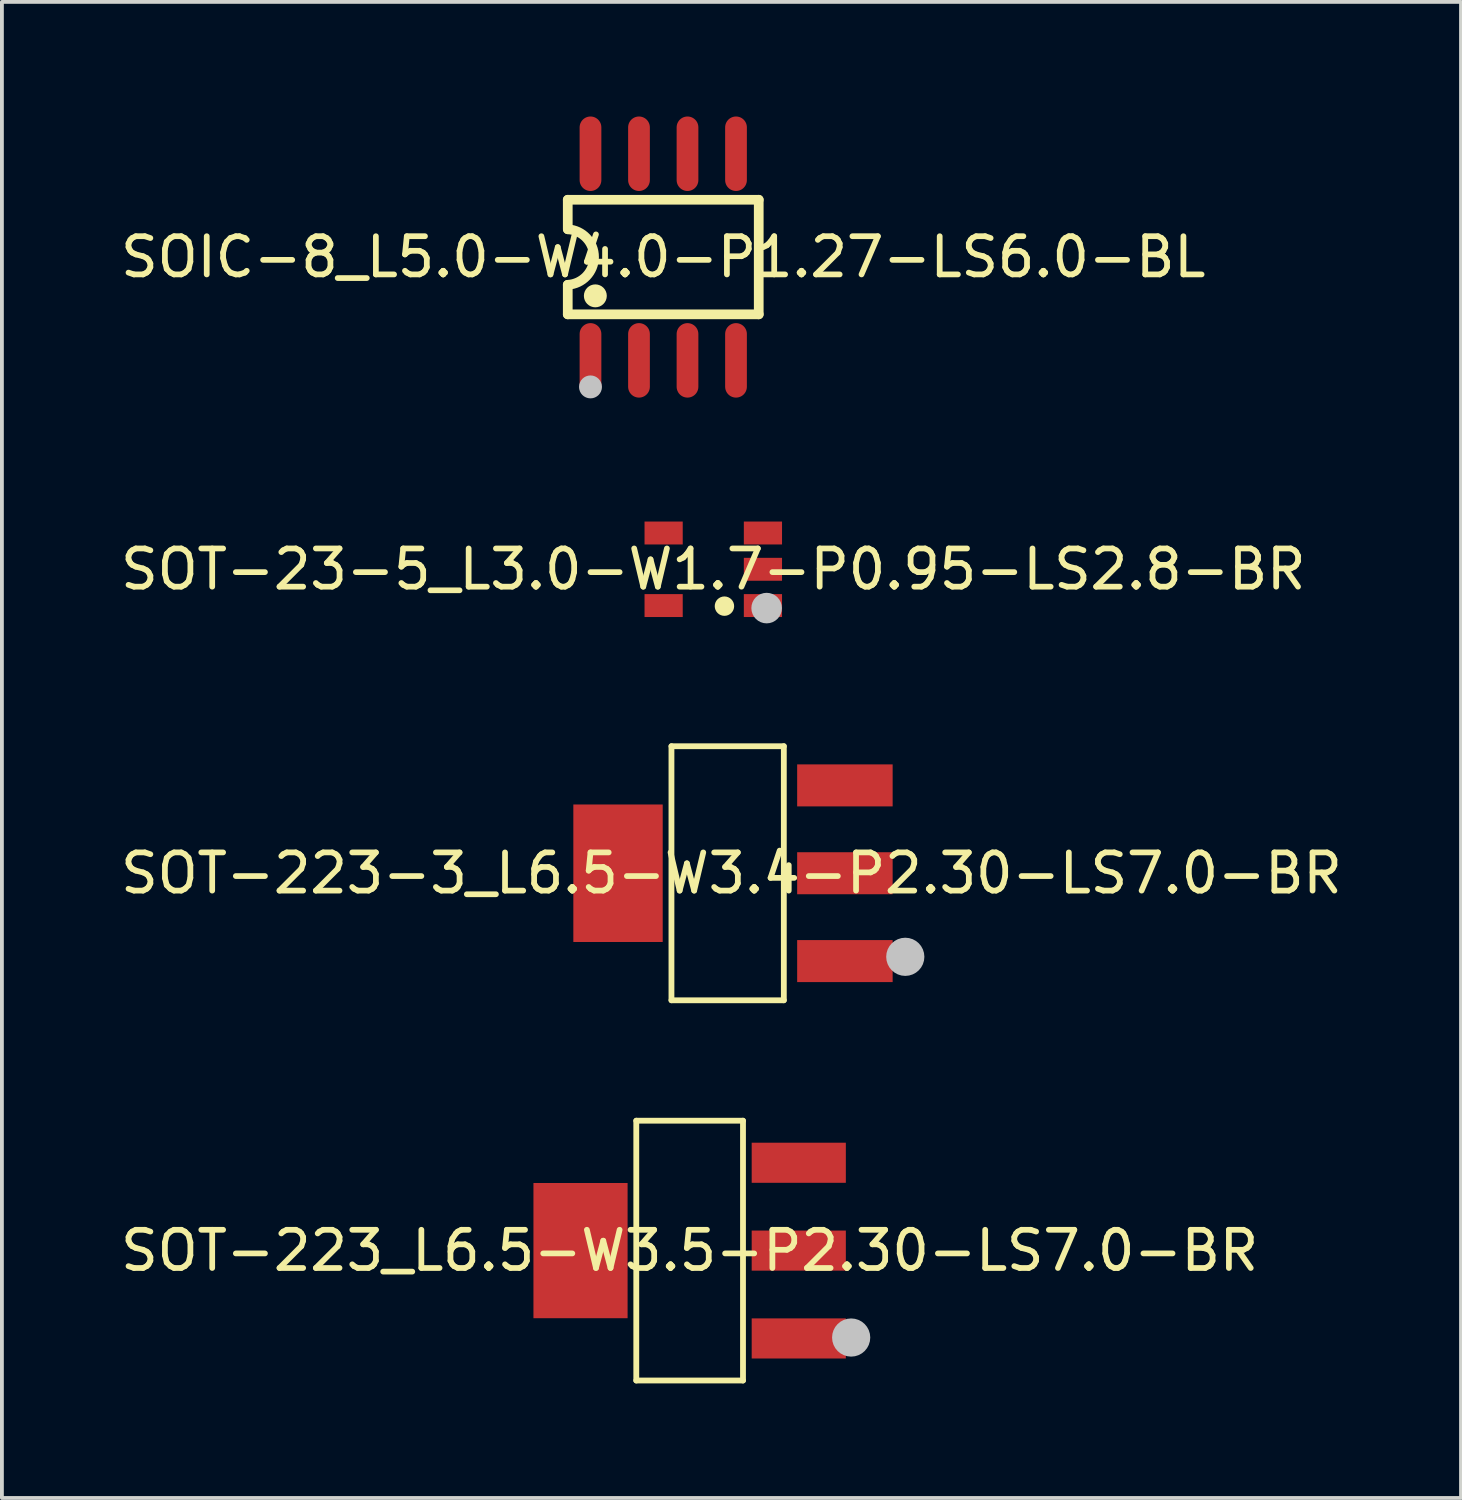
<source format=kicad_pcb>
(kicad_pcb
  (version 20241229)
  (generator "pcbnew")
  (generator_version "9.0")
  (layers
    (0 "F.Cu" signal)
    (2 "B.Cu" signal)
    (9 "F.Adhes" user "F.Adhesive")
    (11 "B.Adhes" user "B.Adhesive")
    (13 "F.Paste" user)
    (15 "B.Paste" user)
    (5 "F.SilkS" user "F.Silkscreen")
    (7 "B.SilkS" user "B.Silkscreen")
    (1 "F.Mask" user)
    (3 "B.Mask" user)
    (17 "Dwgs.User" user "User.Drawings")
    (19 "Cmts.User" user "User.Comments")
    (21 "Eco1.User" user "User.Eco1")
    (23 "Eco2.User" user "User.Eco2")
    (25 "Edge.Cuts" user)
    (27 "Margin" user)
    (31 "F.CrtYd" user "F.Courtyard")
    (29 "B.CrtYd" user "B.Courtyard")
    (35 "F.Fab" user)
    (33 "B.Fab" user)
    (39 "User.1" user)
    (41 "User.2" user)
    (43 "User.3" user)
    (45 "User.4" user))
  (footprint "SOT-23-5_L3.0-W1.7-P0.95-LS2.8-BR"
    (layer "F.Cu")
    (at 15.625 11.855)
    (property "Reference" "SOT-23-5_L3.0-W1.7-P0.95-LS2.8-BR" (at 0 0 0) (layer "F.SilkS") (effects (font (size 1 1) (thickness 0.15))))
    (fp_circle (center 0.292 0.965) (end 0.419 0.965) (stroke (width 0.254) (type default)) (fill no) (layer "F.SilkS"))
    (fp_circle (center 1.397 1.016) (end 1.597 1.016) (stroke (width 0.4) (type default)) (fill no) (layer "Dwgs.User"))
    (fp_poly (pts (xy -1.4 -0.75) (xy -1.4 -1.15) (xy -0.95 -1.15) (xy -0.95 -0.75)) (stroke (width 0.1) (type default)) (fill no) (layer "User.1"))
    (fp_poly (pts (xy -1.4 1.15) (xy -1.4 0.75) (xy -0.95 0.75) (xy -0.95 1.15)) (stroke (width 0.1) (type default)) (fill no) (layer "User.1"))
    (fp_poly (pts (xy -0.96 -0.75) (xy -0.96 -1.15) (xy -0.79 -1.15) (xy -0.79 -0.75)) (stroke (width 0.1) (type default)) (fill no) (layer "User.1"))
    (fp_poly (pts (xy -0.96 1.15) (xy -0.96 0.75) (xy -0.79 0.75) (xy -0.79 1.15)) (stroke (width 0.1) (type default)) (fill no) (layer "User.1"))
    (fp_poly (pts (xy 0.79 -0.75) (xy 0.79 -1.15) (xy 0.96 -1.15) (xy 0.96 -0.75)) (stroke (width 0.1) (type default)) (fill no) (layer "User.1"))
    (fp_poly (pts (xy 0.79 0.2) (xy 0.79 -0.2) (xy 0.96 -0.2) (xy 0.96 0.2)) (stroke (width 0.1) (type default)) (fill no) (layer "User.1"))
    (fp_poly (pts (xy 0.79 1.15) (xy 0.79 0.75) (xy 0.96 0.75) (xy 0.96 1.15)) (stroke (width 0.1) (type default)) (fill no) (layer "User.1"))
    (fp_poly (pts (xy 0.95 -0.75) (xy 0.95 -1.15) (xy 1.4 -1.15) (xy 1.4 -0.75)) (stroke (width 0.1) (type default)) (fill no) (layer "User.1"))
    (fp_poly (pts (xy 0.95 0.2) (xy 0.95 -0.2) (xy 1.4 -0.2) (xy 1.4 0.2)) (stroke (width 0.1) (type default)) (fill no) (layer "User.1"))
    (fp_poly (pts (xy 0.95 1.15) (xy 0.95 0.75) (xy 1.4 0.75) (xy 1.4 1.15)) (stroke (width 0.1) (type default)) (fill no) (layer "User.1"))
    (fp_line (start -0.8 -1.45) (end 0.8 -1.45) (stroke (width 0.051) (type default)) (layer "User.2"))
    (fp_line (start -0.8 1.45) (end -0.8 -1.45) (stroke (width 0.051) (type default)) (layer "User.2"))
    (fp_line (start 0.8 -1.45) (end 0.8 1.45) (stroke (width 0.051) (type default)) (layer "User.2"))
    (fp_line (start 0.8 1.45) (end -0.8 1.45) (stroke (width 0.051) (type default)) (layer "User.2"))
    (fp_poly (pts (xy 1.455 1.427) (xy 1.423 1.395) (xy 1.377 1.395) (xy 1.345 1.427) (xy 1.345 1.473) (xy 1.377 1.505) (xy 1.423 1.505) (xy 1.455 1.473)) (stroke (width 0.1) (type default)) (fill no) (layer "User.3"))
    (pad "1" smd rect (at 1.3 0.95) (size 1 0.6) (layers "F.Cu" "F.Mask" "F.Paste"))
    (pad "2" smd rect (at 1.3 0) (size 1 0.6) (layers "F.Cu" "F.Mask" "F.Paste"))
    (pad "3" smd rect (at 1.3 -0.95) (size 1 0.6) (layers "F.Cu" "F.Mask" "F.Paste"))
    (pad "4" smd rect (at -1.3 -0.95) (size 1 0.6) (layers "F.Cu" "F.Mask" "F.Paste"))
    (pad "5" smd rect (at -1.3 0.95) (size 1 0.6) (layers "F.Cu" "F.Mask" "F.Paste")))
  (footprint "SOIC-8_L5.0-W4.0-P1.27-LS6.0-BL"
    (layer "F.Cu")
    (at 14.315 3.68)
    (property "Reference" "SOIC-8_L5.0-W4.0-P1.27-LS6.0-BL" (at 0 0 0) (layer "F.SilkS") (effects (font (size 1 1) (thickness 0.15))))
    (fp_line (start -2.5 -1.5) (end -2.5 -0.727) (stroke (width 0.254) (type default)) (layer "F.SilkS"))
    (fp_line (start -2.5 -1.5) (end 2.5 -1.5) (stroke (width 0.254) (type default)) (layer "F.SilkS"))
    (fp_line (start -2.5 1.5) (end -2.5 0.727) (stroke (width 0.254) (type default)) (layer "F.SilkS"))
    (fp_line (start -2.5 1.5) (end 2.5 1.5) (stroke (width 0.254) (type default)) (layer "F.SilkS"))
    (fp_line (start 2.5 -1.5) (end 2.5 1.5) (stroke (width 0.254) (type default)) (layer "F.SilkS"))
    (fp_arc (start -2.495 -0.7265) (mid -1.812112 0.002496) (end -2.5 0.7265) (stroke (width 0.254) (type default)) (layer "F.SilkS"))
    (fp_circle (center -1.778 1.016) (end -1.628 1.016) (stroke (width 0.3) (type default)) (fill no) (layer "F.SilkS"))
    (fp_circle (center -1.905 3.4) (end -1.755 3.4) (stroke (width 0.3) (type default)) (fill no) (layer "Dwgs.User"))
    (fp_poly (pts (xy -2.11 -2.165) (xy -2.11 -3) (xy -1.7 -3) (xy -1.7 -2.165)) (stroke (width 0.1) (type default)) (fill no) (layer "User.1"))
    (fp_poly (pts (xy -2.11 -1.94) (xy -2.11 -2.175) (xy -1.7 -2.175) (xy -1.7 -1.94)) (stroke (width 0.1) (type default)) (fill no) (layer "User.1"))
    (fp_poly (pts (xy -2.11 2.175) (xy -2.11 1.94) (xy -1.7 1.94) (xy -1.7 2.175)) (stroke (width 0.1) (type default)) (fill no) (layer "User.1"))
    (fp_poly (pts (xy -2.11 3) (xy -2.11 2.165) (xy -1.7 2.165) (xy -1.7 3)) (stroke (width 0.1) (type default)) (fill no) (layer "User.1"))
    (fp_poly (pts (xy -0.84 -2.165) (xy -0.84 -3) (xy -0.43 -3) (xy -0.43 -2.165)) (stroke (width 0.1) (type default)) (fill no) (layer "User.1"))
    (fp_poly (pts (xy -0.84 -1.94) (xy -0.84 -2.175) (xy -0.43 -2.175) (xy -0.43 -1.94)) (stroke (width 0.1) (type default)) (fill no) (layer "User.1"))
    (fp_poly (pts (xy -0.84 2.175) (xy -0.84 1.94) (xy -0.43 1.94) (xy -0.43 2.175)) (stroke (width 0.1) (type default)) (fill no) (layer "User.1"))
    (fp_poly (pts (xy -0.84 3) (xy -0.84 2.165) (xy -0.43 2.165) (xy -0.43 3)) (stroke (width 0.1) (type default)) (fill no) (layer "User.1"))
    (fp_poly (pts (xy 0.43 -2.165) (xy 0.43 -3) (xy 0.84 -3) (xy 0.84 -2.165)) (stroke (width 0.1) (type default)) (fill no) (layer "User.1"))
    (fp_poly (pts (xy 0.43 -1.94) (xy 0.43 -2.175) (xy 0.84 -2.175) (xy 0.84 -1.94)) (stroke (width 0.1) (type default)) (fill no) (layer "User.1"))
    (fp_poly (pts (xy 0.43 2.175) (xy 0.43 1.94) (xy 0.84 1.94) (xy 0.84 2.175)) (stroke (width 0.1) (type default)) (fill no) (layer "User.1"))
    (fp_poly (pts (xy 0.43 3) (xy 0.43 2.165) (xy 0.84 2.165) (xy 0.84 3)) (stroke (width 0.1) (type default)) (fill no) (layer "User.1"))
    (fp_poly (pts (xy 1.7 -2.165) (xy 1.7 -3) (xy 2.11 -3) (xy 2.11 -2.165)) (stroke (width 0.1) (type default)) (fill no) (layer "User.1"))
    (fp_poly (pts (xy 1.7 -1.94) (xy 1.7 -2.175) (xy 2.11 -2.175) (xy 2.11 -1.94)) (stroke (width 0.1) (type default)) (fill no) (layer "User.1"))
    (fp_poly (pts (xy 1.7 2.175) (xy 1.7 1.94) (xy 2.11 1.94) (xy 2.11 2.175)) (stroke (width 0.1) (type default)) (fill no) (layer "User.1"))
    (fp_poly (pts (xy 1.7 3) (xy 1.7 2.165) (xy 2.11 2.165) (xy 2.11 3)) (stroke (width 0.1) (type default)) (fill no) (layer "User.1"))
    (fp_line (start -2.5 -2) (end 2.5 -2) (stroke (width 0.051) (type default)) (layer "User.2"))
    (fp_line (start -2.5 2) (end -2.5 -2) (stroke (width 0.051) (type default)) (layer "User.2"))
    (fp_line (start 2.5 -2) (end 2.5 2) (stroke (width 0.051) (type default)) (layer "User.2"))
    (fp_line (start 2.5 2) (end -2.5 2) (stroke (width 0.051) (type default)) (layer "User.2"))
    (fp_poly (pts (xy -2.358 2.517) (xy -2.39 2.485) (xy -2.436 2.485) (xy -2.468 2.517) (xy -2.468 2.563) (xy -2.436 2.595) (xy -2.39 2.595) (xy -2.358 2.563)) (stroke (width 0.1) (type default)) (fill no) (layer "User.3"))
    (pad "1" smd oval (at -1.905 2.705) (size 0.569 1.95) (layers "F.Cu" "F.Mask" "F.Paste"))
    (pad "2" smd oval (at -0.635 2.705) (size 0.569 1.95) (layers "F.Cu" "F.Mask" "F.Paste"))
    (pad "3" smd oval (at 0.635 2.705) (size 0.569 1.95) (layers "F.Cu" "F.Mask" "F.Paste"))
    (pad "4" smd oval (at 1.905 2.705) (size 0.569 1.95) (layers "F.Cu" "F.Mask" "F.Paste"))
    (pad "5" smd oval (at 1.905 -2.705) (size 0.569 1.95) (layers "F.Cu" "F.Mask" "F.Paste"))
    (pad "6" smd oval (at 0.635 -2.705) (size 0.569 1.95) (layers "F.Cu" "F.Mask" "F.Paste"))
    (pad "7" smd oval (at -0.635 -2.705) (size 0.569 1.95) (layers "F.Cu" "F.Mask" "F.Paste"))
    (pad "8" smd oval (at -1.905 -2.705) (size 0.569 1.95) (layers "F.Cu" "F.Mask" "F.Paste")))
  (footprint "SOT-223-3_L6.5-W3.4-P2.30-LS7.0-BR"
    (layer "F.Cu")
    (at 16.101 19.813)
    (property "Reference" "SOT-223-3_L6.5-W3.4-P2.30-LS7.0-BR" (at 0 0 0) (layer "F.SilkS") (effects (font (size 1 1) (thickness 0.15))))
    (fp_line (start -1.571 -3.326) (end 1.371 -3.326) (stroke (width 0.152) (type default)) (layer "F.SilkS"))
    (fp_line (start -1.571 3.326) (end -1.571 -3.326) (stroke (width 0.152) (type default)) (layer "F.SilkS"))
    (fp_line (start 1.371 -3.326) (end 1.371 3.326) (stroke (width 0.152) (type default)) (layer "F.SilkS"))
    (fp_line (start 1.371 3.326) (end -1.571 3.326) (stroke (width 0.152) (type default)) (layer "F.SilkS"))
    (fp_circle (center 4.551 2.188) (end 4.801 2.188) (stroke (width 0.5) (type default)) (fill no) (layer "Dwgs.User"))
    (fp_poly (pts (xy -3.6 1.5) (xy -3.6 -1.5) (xy -2.85 -1.5) (xy -2.85 1.5)) (stroke (width 0.1) (type default)) (fill no) (layer "User.1"))
    (fp_poly (pts (xy -2.86 1.5) (xy -2.86 -1.5) (xy -1.84 -1.5) (xy -1.84 1.5)) (stroke (width 0.1) (type default)) (fill no) (layer "User.1"))
    (fp_poly (pts (xy 1.64 -1.925) (xy 1.64 -2.675) (xy 2.66 -2.675) (xy 2.66 -1.925)) (stroke (width 0.1) (type default)) (fill no) (layer "User.1"))
    (fp_poly (pts (xy 1.64 0.375) (xy 1.64 -0.375) (xy 2.66 -0.375) (xy 2.66 0.375)) (stroke (width 0.1) (type default)) (fill no) (layer "User.1"))
    (fp_poly (pts (xy 1.64 2.675) (xy 1.64 1.925) (xy 2.66 1.925) (xy 2.66 2.675)) (stroke (width 0.1) (type default)) (fill no) (layer "User.1"))
    (fp_poly (pts (xy 2.65 -1.925) (xy 2.65 -2.675) (xy 3.4 -2.675) (xy 3.4 -1.925)) (stroke (width 0.1) (type default)) (fill no) (layer "User.1"))
    (fp_poly (pts (xy 2.65 0.375) (xy 2.65 -0.375) (xy 3.4 -0.375) (xy 3.4 0.375)) (stroke (width 0.1) (type default)) (fill no) (layer "User.1"))
    (fp_poly (pts (xy 2.65 2.675) (xy 2.65 1.925) (xy 3.4 1.925) (xy 3.4 2.675)) (stroke (width 0.1) (type default)) (fill no) (layer "User.1"))
    (fp_line (start -1.85 -3.25) (end 1.65 -3.25) (stroke (width 0.051) (type default)) (layer "User.2"))
    (fp_line (start -1.85 3.25) (end -1.85 -3.25) (stroke (width 0.051) (type default)) (layer "User.2"))
    (fp_line (start 1.65 -3.25) (end 1.65 3.25) (stroke (width 0.051) (type default)) (layer "User.2"))
    (fp_line (start 1.65 3.25) (end -1.85 3.25) (stroke (width 0.051) (type default)) (layer "User.2"))
    (fp_poly (pts (xy 3.455 3.227) (xy 3.423 3.195) (xy 3.377 3.195) (xy 3.345 3.227) (xy 3.345 3.273) (xy 3.377 3.305) (xy 3.423 3.305) (xy 3.455 3.273)) (stroke (width 0.1) (type default)) (fill no) (layer "User.3"))
    (pad "1" smd rect (at 2.97 2.3) (size 2.5 1.1) (layers "F.Cu" "F.Mask" "F.Paste"))
    (pad "2" smd rect (at 2.97 0) (size 2.5 1.1) (layers "F.Cu" "F.Mask" "F.Paste"))
    (pad "3" smd rect (at 2.97 -2.3) (size 2.5 1.1) (layers "F.Cu" "F.Mask" "F.Paste"))
    (pad "4" smd rect (at -2.97 0) (size 2.34 3.6) (layers "F.Cu" "F.Mask" "F.Paste")))
  (footprint "SOT-223_L6.5-W3.5-P2.30-LS7.0-BR"
    (layer "F.Cu")
    (at 15.006 29.693)
    (property "Reference" "SOT-223_L6.5-W3.5-P2.30-LS7.0-BR" (at 0 0 0) (layer "F.SilkS") (effects (font (size 1 1) (thickness 0.15))))
    (fp_line (start -1.397 -3.401) (end 1.397 -3.401) (stroke (width 0.152) (type default)) (layer "F.SilkS"))
    (fp_line (start -1.397 3.401) (end -1.397 -3.401) (stroke (width 0.152) (type default)) (layer "F.SilkS"))
    (fp_line (start 1.397 -3.401) (end 1.397 3.401) (stroke (width 0.152) (type default)) (layer "F.SilkS"))
    (fp_line (start 1.397 3.401) (end -1.397 3.401) (stroke (width 0.152) (type default)) (layer "F.SilkS"))
    (fp_circle (center 4.229 2.276) (end 4.479 2.276) (stroke (width 0.5) (type default)) (fill no) (layer "Dwgs.User"))
    (fp_poly (pts (xy -3.5 1.5) (xy -3.5 -1.5) (xy -2.2 -1.5) (xy -2.2 1.5)) (stroke (width 0.1) (type default)) (fill no) (layer "User.1"))
    (fp_poly (pts (xy -2.21 1.5) (xy -2.21 -1.5) (xy -1.74 -1.5) (xy -1.74 1.5)) (stroke (width 0.1) (type default)) (fill no) (layer "User.1"))
    (fp_poly (pts (xy 1.74 -1.95) (xy 1.74 -2.65) (xy 2.86 -2.65) (xy 2.86 -1.95)) (stroke (width 0.1) (type default)) (fill no) (layer "User.1"))
    (fp_poly (pts (xy 1.74 0.35) (xy 1.74 -0.35) (xy 2.86 -0.35) (xy 2.86 0.35)) (stroke (width 0.1) (type default)) (fill no) (layer "User.1"))
    (fp_poly (pts (xy 1.74 2.65) (xy 1.74 1.95) (xy 2.86 1.95) (xy 2.86 2.65)) (stroke (width 0.1) (type default)) (fill no) (layer "User.1"))
    (fp_poly (pts (xy 2.85 -1.95) (xy 2.85 -2.65) (xy 3.5 -2.65) (xy 3.5 -1.95)) (stroke (width 0.1) (type default)) (fill no) (layer "User.1"))
    (fp_poly (pts (xy 2.85 0.35) (xy 2.85 -0.35) (xy 3.5 -0.35) (xy 3.5 0.35)) (stroke (width 0.1) (type default)) (fill no) (layer "User.1"))
    (fp_poly (pts (xy 2.85 2.65) (xy 2.85 1.95) (xy 3.5 1.95) (xy 3.5 2.65)) (stroke (width 0.1) (type default)) (fill no) (layer "User.1"))
    (fp_line (start -1.75 -3.25) (end 1.75 -3.25) (stroke (width 0.051) (type default)) (layer "User.2"))
    (fp_line (start -1.75 3.25) (end -1.75 -3.25) (stroke (width 0.051) (type default)) (layer "User.2"))
    (fp_line (start 1.75 -3.25) (end 1.75 3.25) (stroke (width 0.051) (type default)) (layer "User.2"))
    (fp_line (start 1.75 3.25) (end -1.75 3.25) (stroke (width 0.051) (type default)) (layer "User.2"))
    (fp_poly (pts (xy 3.555 3.227) (xy 3.523 3.195) (xy 3.477 3.195) (xy 3.445 3.227) (xy 3.445 3.273) (xy 3.477 3.305) (xy 3.523 3.305) (xy 3.555 3.273)) (stroke (width 0.1) (type default)) (fill no) (layer "User.3"))
    (pad "1" smd rect (at 2.857 2.3) (size 2.465 1.05) (layers "F.Cu" "F.Mask" "F.Paste"))
    (pad "2" smd rect (at 2.857 0) (size 2.465 1.05) (layers "F.Cu" "F.Mask" "F.Paste"))
    (pad "3" smd rect (at 2.857 -2.3) (size 2.465 1.05) (layers "F.Cu" "F.Mask" "F.Paste"))
    (pad "4" smd rect (at -2.857 0) (size 2.465 3.54) (layers "F.Cu" "F.Mask" "F.Paste")))
  (gr_rect
    (start -3 -3)
    (end 35.202 36.17)
    (stroke (width 0.1) (type default))
    (fill no)
    (layer "Edge.Cuts")))
</source>
